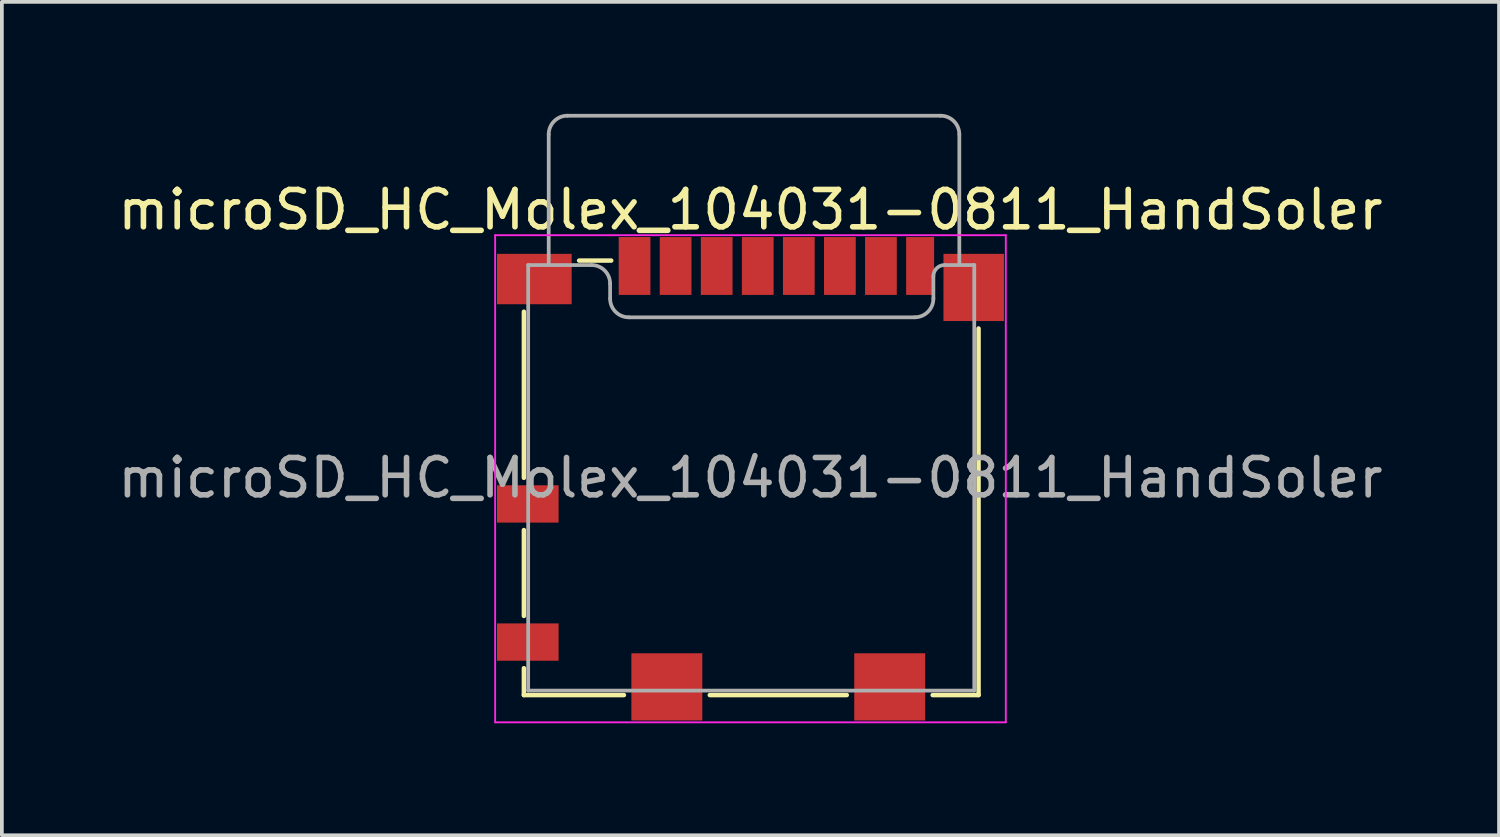
<source format=kicad_pcb>
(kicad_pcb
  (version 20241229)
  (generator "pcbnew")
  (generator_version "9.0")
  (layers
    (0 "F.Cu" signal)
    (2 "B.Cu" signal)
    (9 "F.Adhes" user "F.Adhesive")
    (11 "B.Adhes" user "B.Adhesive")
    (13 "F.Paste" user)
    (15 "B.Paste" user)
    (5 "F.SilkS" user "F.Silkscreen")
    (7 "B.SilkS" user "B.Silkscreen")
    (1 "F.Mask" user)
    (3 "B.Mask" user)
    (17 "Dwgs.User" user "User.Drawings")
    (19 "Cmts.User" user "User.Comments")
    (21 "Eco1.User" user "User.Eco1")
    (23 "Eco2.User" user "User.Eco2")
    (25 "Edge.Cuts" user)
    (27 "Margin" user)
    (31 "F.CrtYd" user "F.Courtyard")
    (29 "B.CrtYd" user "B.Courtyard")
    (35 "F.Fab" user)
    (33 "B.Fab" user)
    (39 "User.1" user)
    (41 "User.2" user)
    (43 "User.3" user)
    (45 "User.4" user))
  (footprint "microSD_HC_Molex_104031-0811_HandSoler"
    (layer "F.Cu")
    (at 17.054 9.75)
    (property "Reference" "microSD_HC_Molex_104031-0811_HandSoler" (at 0 -7.18 0) (layer "F.SilkS") (effects (font (size 1 1) (thickness 0.15))))
    (attr smd)
    (fp_line (start -6.07 -4.45) (end -6.07 0) (stroke (width 0.12) (type solid)) (layer "F.SilkS"))
    (fp_line (start -6.07 1.4) (end -6.07 3.7) (stroke (width 0.12) (type solid)) (layer "F.SilkS"))
    (fp_line (start -6.07 5.1) (end -6.07 5.82) (stroke (width 0.12) (type solid)) (layer "F.SilkS"))
    (fp_line (start -6.07 5.82) (end -3.39 5.82) (stroke (width 0.12) (type solid)) (layer "F.SilkS"))
    (fp_line (start -4.59 -5.82) (end -3.73 -5.82) (stroke (width 0.12) (type solid)) (layer "F.SilkS"))
    (fp_line (start -1.09 5.82) (end 2.58 5.82) (stroke (width 0.12) (type solid)) (layer "F.SilkS"))
    (fp_line (start 4.88 5.82) (end 6.11 5.82) (stroke (width 0.12) (type solid)) (layer "F.SilkS"))
    (fp_line (start 6.11 5.82) (end 6.11 -4) (stroke (width 0.12) (type solid)) (layer "F.SilkS"))
    (fp_line (start -6.84 -6.5) (end 6.84 -6.5) (stroke (width 0.05) (type solid)) (layer "F.CrtYd"))
    (fp_line (start -6.84 6.55) (end -6.84 -6.5) (stroke (width 0.05) (type solid)) (layer "F.CrtYd"))
    (fp_line (start 6.84 -6.5) (end 6.84 6.55) (stroke (width 0.05) (type solid)) (layer "F.CrtYd"))
    (fp_line (start 6.84 6.55) (end -6.84 6.55) (stroke (width 0.05) (type solid)) (layer "F.CrtYd"))
    (fp_line (start -5.955 -5.7) (end -5.955 5.7) (stroke (width 0.1) (type solid)) (layer "F.Fab"))
    (fp_line (start -5.955 -5.7) (end -4.26 -5.7) (stroke (width 0.1) (type solid)) (layer "F.Fab"))
    (fp_line (start -5.405 -9.2) (end -5.405 -5.7) (stroke (width 0.1) (type solid)) (layer "F.Fab"))
    (fp_line (start -4.905 -9.7) (end 5.095 -9.7) (stroke (width 0.1) (type solid)) (layer "F.Fab"))
    (fp_line (start -3.76 -4.8) (end -3.76 -5.2) (stroke (width 0.1) (type solid)) (layer "F.Fab"))
    (fp_line (start 4.4 -4.3) (end -3.26 -4.3) (stroke (width 0.1) (type solid)) (layer "F.Fab"))
    (fp_line (start 4.9 -5.4) (end 4.9 -4.8) (stroke (width 0.1) (type solid)) (layer "F.Fab"))
    (fp_line (start 5.595 -5.7) (end 5.595 -9.2) (stroke (width 0.1) (type solid)) (layer "F.Fab"))
    (fp_line (start 5.995 -5.7) (end 5.21 -5.7) (stroke (width 0.1) (type solid)) (layer "F.Fab"))
    (fp_line (start 5.995 5.7) (end -5.955 5.7) (stroke (width 0.1) (type solid)) (layer "F.Fab"))
    (fp_line (start 5.995 5.7) (end 5.995 -5.7) (stroke (width 0.1) (type solid)) (layer "F.Fab"))
    (fp_arc (start -5.405 -9.2) (mid -5.258553 -9.553553) (end -4.905 -9.7) (stroke (width 0.1) (type solid)) (layer "F.Fab"))
    (fp_arc (start -4.26 -5.7) (mid -3.906447 -5.553553) (end -3.76 -5.2) (stroke (width 0.1) (type solid)) (layer "F.Fab"))
    (fp_arc (start -3.26 -4.3) (mid -3.613553 -4.446447) (end -3.76 -4.8) (stroke (width 0.1) (type solid)) (layer "F.Fab"))
    (fp_arc (start 4.9 -5.4) (mid 4.987868 -5.612132) (end 5.2 -5.7) (stroke (width 0.1) (type solid)) (layer "F.Fab"))
    (fp_arc (start 4.9 -4.8) (mid 4.753553 -4.446447) (end 4.4 -4.3) (stroke (width 0.1) (type solid)) (layer "F.Fab"))
    (fp_arc (start 5.095 -9.7) (mid 5.448553 -9.553553) (end 5.595 -9.2) (stroke (width 0.1) (type solid)) (layer "F.Fab"))
    (fp_text user "${REFERENCE}" (at 0 0 0) (layer "F.Fab") (effects (font (size 1 1) (thickness 0.15))))
    (pad "1" smd rect (at -3.105 -5.675) (size 0.85 1.55) (layers "F.Cu" "F.Mask" "F.Paste"))
    (pad "2" smd rect (at -2.005 -5.675) (size 0.85 1.55) (layers "F.Cu" "F.Mask" "F.Paste"))
    (pad "3" smd rect (at -0.905 -5.675) (size 0.85 1.55) (layers "F.Cu" "F.Mask" "F.Paste"))
    (pad "4" smd rect (at 0.195 -5.675) (size 0.85 1.55) (layers "F.Cu" "F.Mask" "F.Paste"))
    (pad "5" smd rect (at 1.295 -5.675) (size 0.85 1.55) (layers "F.Cu" "F.Mask" "F.Paste"))
    (pad "6" smd rect (at 2.395 -5.675) (size 0.85 1.55) (layers "F.Cu" "F.Mask" "F.Paste"))
    (pad "7" smd rect (at 3.495 -5.675) (size 0.85 1.55) (layers "F.Cu" "F.Mask" "F.Paste"))
    (pad "8" smd rect (at 4.545 -5.675) (size 0.75 1.55) (layers "F.Cu" "F.Mask" "F.Paste"))
    (pad "9" smd rect (at -5.965 0.7) (size 1.65 1) (layers "F.Cu" "F.Mask" "F.Paste"))
    (pad "10" smd rect (at -5.965 4.4) (size 1.65 1) (layers "F.Cu" "F.Mask" "F.Paste"))
    (pad "11" smd rect (at -5.79 -5.325) (size 2 1.35) (layers "F.Cu" "F.Mask" "F.Paste"))
    (pad "11" smd rect (at -2.24 5.6) (size 1.9 1.8) (layers "F.Cu" "F.Mask" "F.Paste"))
    (pad "11" smd rect (at 3.73 5.6) (size 1.9 1.8) (layers "F.Cu" "F.Mask" "F.Paste"))
    (pad "11" smd rect (at 5.98 -5.1) (size 1.62 1.8) (layers "F.Cu" "F.Mask" "F.Paste")))
  (gr_rect
    (start -3 -3)
    (end 37.107 19.325)
    (stroke (width 0.1) (type default))
    (fill no)
    (layer "Edge.Cuts")))
</source>
